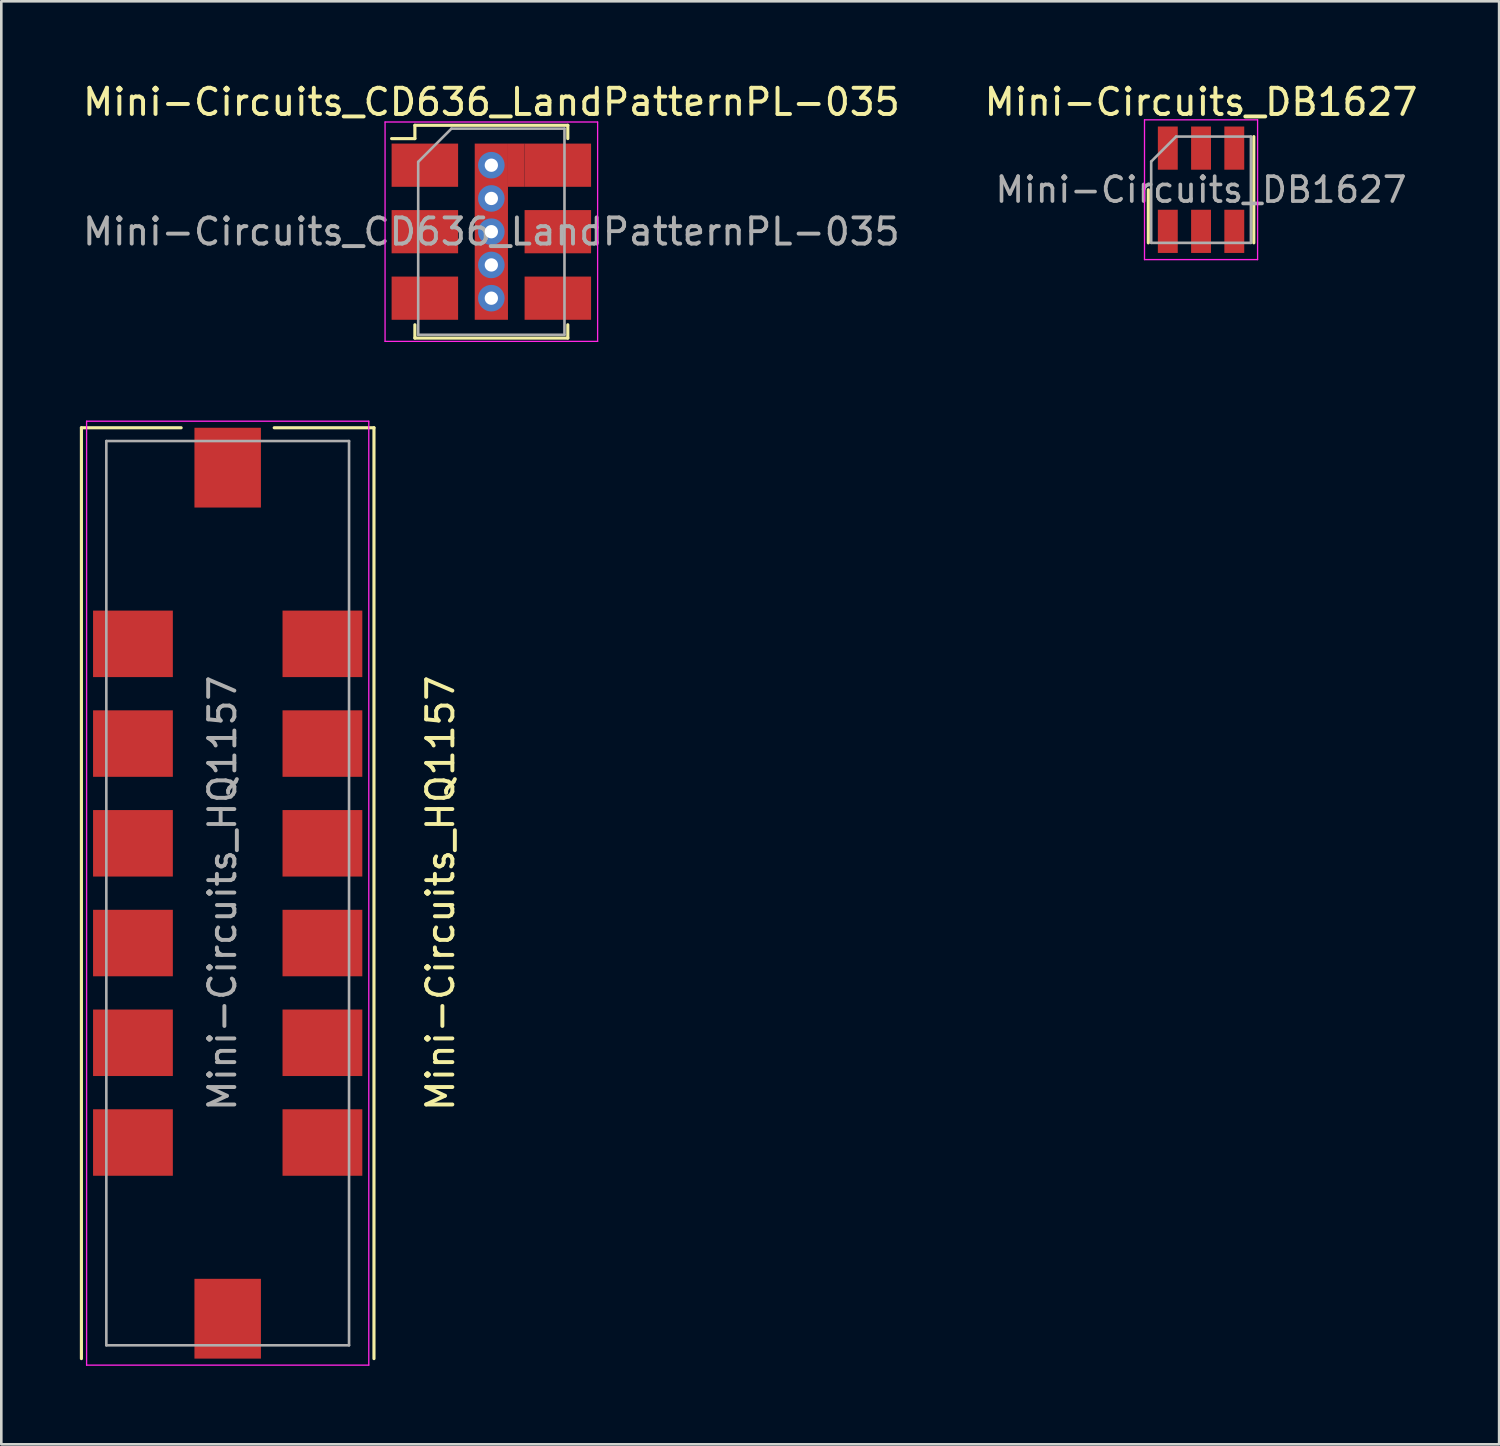
<source format=kicad_pcb>
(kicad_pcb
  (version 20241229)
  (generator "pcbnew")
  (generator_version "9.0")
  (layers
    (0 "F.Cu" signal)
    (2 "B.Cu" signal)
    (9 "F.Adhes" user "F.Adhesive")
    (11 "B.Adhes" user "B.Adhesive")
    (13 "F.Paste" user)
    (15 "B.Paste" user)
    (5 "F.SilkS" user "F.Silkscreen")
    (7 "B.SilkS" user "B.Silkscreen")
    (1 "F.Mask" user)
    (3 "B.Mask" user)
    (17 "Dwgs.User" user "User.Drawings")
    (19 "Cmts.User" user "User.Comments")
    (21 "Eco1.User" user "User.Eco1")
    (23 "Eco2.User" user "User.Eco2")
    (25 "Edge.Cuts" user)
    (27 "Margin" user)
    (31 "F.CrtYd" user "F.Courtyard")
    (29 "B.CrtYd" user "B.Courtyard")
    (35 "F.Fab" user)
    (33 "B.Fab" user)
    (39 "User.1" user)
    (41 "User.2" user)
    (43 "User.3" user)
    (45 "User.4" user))
  (footprint "Mini-Circuits_CD636_LandPatternPL-035"
    (layer "F.Cu")
    (at 15.72 5.801)
    (property "Reference" "Mini-Circuits_CD636_LandPatternPL-035" (at 0.004 -4.953 0) (layer "F.SilkS") (effects (font (size 1 1) (thickness 0.15))))
    (attr smd)
    (fp_line (start -2.921 -4.064) (end -2.921 -3.556) (stroke (width 0.12) (type solid)) (layer "F.SilkS"))
    (fp_line (start -2.921 -3.556) (end -3.81 -3.556) (stroke (width 0.12) (type solid)) (layer "F.SilkS"))
    (fp_line (start -2.921 3.556) (end -2.921 4.064) (stroke (width 0.12) (type solid)) (layer "F.SilkS"))
    (fp_line (start -2.921 4.064) (end 2.921 4.064) (stroke (width 0.12) (type solid)) (layer "F.SilkS"))
    (fp_line (start 2.921 -4.064) (end -2.921 -4.064) (stroke (width 0.12) (type solid)) (layer "F.SilkS"))
    (fp_line (start 2.921 -3.556) (end 2.921 -4.064) (stroke (width 0.12) (type solid)) (layer "F.SilkS"))
    (fp_line (start 2.921 4.064) (end 2.921 3.556) (stroke (width 0.12) (type solid)) (layer "F.SilkS"))
    (fp_line (start -4.06 -4.19) (end -4.06 4.19) (stroke (width 0.05) (type solid)) (layer "F.CrtYd"))
    (fp_line (start -4.06 -4.19) (end 4.06 -4.19) (stroke (width 0.05) (type solid)) (layer "F.CrtYd"))
    (fp_line (start 4.06 4.19) (end -4.06 4.19) (stroke (width 0.05) (type solid)) (layer "F.CrtYd"))
    (fp_line (start 4.06 4.19) (end 4.06 -4.19) (stroke (width 0.05) (type solid)) (layer "F.CrtYd"))
    (fp_line (start -2.794 -2.667) (end -2.794 3.937) (stroke (width 0.1) (type solid)) (layer "F.Fab"))
    (fp_line (start -2.794 3.937) (end 2.794 3.937) (stroke (width 0.1) (type solid)) (layer "F.Fab"))
    (fp_line (start -1.524 -3.937) (end -2.794 -2.667) (stroke (width 0.1) (type solid)) (layer "F.Fab"))
    (fp_line (start 2.794 -3.937) (end -1.524 -3.937) (stroke (width 0.1) (type solid)) (layer "F.Fab"))
    (fp_line (start 2.794 -3.937) (end 2.794 3.937) (stroke (width 0.1) (type solid)) (layer "F.Fab"))
    (fp_text user "${REFERENCE}" (at 0 0 0) (layer "F.Fab") (effects (font (size 1 1) (thickness 0.15))))
    (pad "1" smd rect (at -2.54 -2.54 270) (size 1.651 2.54) (layers "F.Cu" "F.Mask" "F.Paste"))
    (pad "2" smd rect (at -2.54 0 270) (size 1.651 2.54) (layers "F.Cu" "F.Mask" "F.Paste"))
    (pad "3" smd rect (at -2.54 2.54 270) (size 1.651 2.54) (layers "F.Cu" "F.Mask" "F.Paste"))
    (pad "4" smd rect (at 2.54 2.54 270) (size 1.651 2.54) (layers "F.Cu" "F.Mask" "F.Paste"))
    (pad "5" smd rect (at 2.54 0 270) (size 1.651 2.54) (layers "F.Cu" "F.Mask" "F.Paste"))
    (pad "6" thru_hole circle (at 0 -2.54 270) (size 1.016 1.016) (drill 0.508) (layers "*.Cu"))
    (pad "6" thru_hole circle (at 0 -1.27 270) (size 1.016 1.016) (drill 0.508) (layers "*.Cu"))
    (pad "6" thru_hole circle (at 0 0 270) (size 1.016 1.016) (drill 0.508) (layers "*.Cu"))
    (pad "6" smd rect (at 0 0 270) (size 6.731 1.27) (layers "F.Cu"))
    (pad "6" thru_hole circle (at 0 1.27 270) (size 1.016 1.016) (drill 0.508) (layers "*.Cu"))
    (pad "6" thru_hole circle (at 0 2.54 270) (size 1.016 1.016) (drill 0.508) (layers "*.Cu"))
    (pad "6" smd rect (at 0.953 -2.54 270) (size 1.651 0.635) (layers "F.Cu"))
    (pad "6" smd rect (at 2.54 -2.54 270) (size 1.651 2.54) (layers "F.Cu" "F.Mask" "F.Paste")))
  (footprint "Mini-Circuits_DB1627"
    (layer "F.Cu")
    (at 42.832 4.198)
    (property "Reference" "Mini-Circuits_DB1627" (at 0 -3.35 0) (layer "F.SilkS") (effects (font (size 1 1) (thickness 0.15))))
    (attr smd)
    (fp_line (start -2.015 0) (end -2.015 2.03) (stroke (width 0.12) (type solid)) (layer "F.SilkS"))
    (fp_line (start 2.015 -2.03) (end 2.015 2.03) (stroke (width 0.12) (type solid)) (layer "F.SilkS"))
    (fp_line (start -2.16 -2.67) (end -2.16 2.67) (stroke (width 0.05) (type solid)) (layer "F.CrtYd"))
    (fp_line (start -2.16 2.67) (end 2.16 2.67) (stroke (width 0.05) (type solid)) (layer "F.CrtYd"))
    (fp_line (start 2.16 -2.67) (end -2.16 -2.67) (stroke (width 0.05) (type solid)) (layer "F.CrtYd"))
    (fp_line (start 2.16 2.67) (end 2.16 -2.67) (stroke (width 0.05) (type solid)) (layer "F.CrtYd"))
    (fp_line (start -1.905 -1.077) (end -0.953 -2.03) (stroke (width 0.1) (type solid)) (layer "F.Fab"))
    (fp_line (start -1.905 2.03) (end -1.905 -1.077) (stroke (width 0.1) (type solid)) (layer "F.Fab"))
    (fp_line (start -0.953 -2.03) (end 1.905 -2.03) (stroke (width 0.1) (type solid)) (layer "F.Fab"))
    (fp_line (start 1.905 -2.03) (end 1.905 2.03) (stroke (width 0.1) (type solid)) (layer "F.Fab"))
    (fp_line (start 1.905 2.03) (end -1.905 2.03) (stroke (width 0.1) (type solid)) (layer "F.Fab"))
    (fp_text user "${REFERENCE}" (at 0 0 0) (layer "F.Fab") (effects (font (size 0.95 0.95) (thickness 0.14))))
    (pad "1" smd rect (at -1.27 -1.59) (size 0.76 1.65) (layers "F.Cu" "F.Mask" "F.Paste"))
    (pad "2" smd rect (at 0 -1.59) (size 0.76 1.65) (layers "F.Cu" "F.Mask" "F.Paste"))
    (pad "3" smd rect (at 1.27 -1.59) (size 0.76 1.65) (layers "F.Cu" "F.Mask" "F.Paste"))
    (pad "4" smd rect (at 1.27 1.59) (size 0.76 1.65) (layers "F.Cu" "F.Mask" "F.Paste"))
    (pad "5" smd rect (at 0 1.59) (size 0.76 1.65) (layers "F.Cu" "F.Mask" "F.Paste"))
    (pad "6" smd rect (at -1.27 1.59) (size 0.76 1.65) (layers "F.Cu" "F.Mask" "F.Paste")))
  (footprint "Mini-Circuits_HQ1157"
    (layer "F.Cu")
    (at 5.648 31.071)
    (property "Reference" "Mini-Circuits_HQ1157" (at 8.128 0 270) (layer "F.SilkS") (effects (font (size 1 1) (thickness 0.15))))
    (attr smd)
    (fp_line (start -5.588 -17.78) (end -5.588 17.78) (stroke (width 0.12) (type solid)) (layer "F.SilkS"))
    (fp_line (start -5.588 -17.78) (end -1.778 -17.78) (stroke (width 0.12) (type solid)) (layer "F.SilkS"))
    (fp_line (start 1.778 -17.78) (end 5.588 -17.78) (stroke (width 0.12) (type solid)) (layer "F.SilkS"))
    (fp_line (start 5.588 -17.78) (end 5.588 17.78) (stroke (width 0.12) (type solid)) (layer "F.SilkS"))
    (fp_line (start -5.39 18.03) (end -5.39 -18.03) (stroke (width 0.05) (type solid)) (layer "F.CrtYd"))
    (fp_line (start -5.39 18.03) (end 5.39 18.03) (stroke (width 0.05) (type solid)) (layer "F.CrtYd"))
    (fp_line (start 5.39 -18.03) (end -5.39 -18.03) (stroke (width 0.05) (type solid)) (layer "F.CrtYd"))
    (fp_line (start 5.39 -18.03) (end 5.39 18.03) (stroke (width 0.05) (type solid)) (layer "F.CrtYd"))
    (fp_line (start -4.636 -17.272) (end 4.636 -17.272) (stroke (width 0.1) (type solid)) (layer "F.Fab"))
    (fp_line (start -4.636 17.272) (end -4.636 -17.272) (stroke (width 0.1) (type solid)) (layer "F.Fab"))
    (fp_line (start 4.636 -17.272) (end 4.636 17.272) (stroke (width 0.1) (type solid)) (layer "F.Fab"))
    (fp_line (start 4.636 17.272) (end -4.636 17.272) (stroke (width 0.1) (type solid)) (layer "F.Fab"))
    (fp_text user "${REFERENCE}" (at -0.2 0 270) (layer "F.Fab") (effects (font (size 1 1) (thickness 0.15))))
    (pad "1" smd rect (at 0 -16.256 270) (size 3.048 2.54) (layers "F.Cu" "F.Mask" "F.Paste"))
    (pad "2" smd rect (at -3.619 -9.525 90) (size 2.54 3.048) (layers "F.Cu" "F.Mask" "F.Paste"))
    (pad "3" smd rect (at -3.619 -5.715 90) (size 2.54 3.048) (layers "F.Cu" "F.Mask" "F.Paste"))
    (pad "4" smd rect (at -3.619 -1.905 90) (size 2.54 3.048) (layers "F.Cu" "F.Mask" "F.Paste"))
    (pad "5" smd rect (at -3.619 1.905 90) (size 2.54 3.048) (layers "F.Cu" "F.Mask" "F.Paste"))
    (pad "6" smd rect (at -3.619 5.715 90) (size 2.54 3.048) (layers "F.Cu" "F.Mask" "F.Paste"))
    (pad "7" smd rect (at -3.619 9.525 90) (size 2.54 3.048) (layers "F.Cu" "F.Mask" "F.Paste"))
    (pad "8" smd rect (at 0 16.256 270) (size 3.048 2.54) (layers "F.Cu" "F.Mask" "F.Paste"))
    (pad "9" smd rect (at 3.619 9.525 270) (size 2.54 3.048) (layers "F.Cu" "F.Mask" "F.Paste"))
    (pad "10" smd rect (at 3.619 5.715 270) (size 2.54 3.048) (layers "F.Cu" "F.Mask" "F.Paste"))
    (pad "11" smd rect (at 3.619 1.905 270) (size 2.54 3.048) (layers "F.Cu" "F.Mask" "F.Paste"))
    (pad "12" smd rect (at 3.619 -1.905 270) (size 2.54 3.048) (layers "F.Cu" "F.Mask" "F.Paste"))
    (pad "13" smd rect (at 3.619 -5.715 270) (size 2.54 3.048) (layers "F.Cu" "F.Mask" "F.Paste"))
    (pad "14" smd rect (at 3.619 -9.525 270) (size 2.54 3.048) (layers "F.Cu" "F.Mask" "F.Paste")))
  (gr_rect
    (start -3 -3)
    (end 54.219 52.126)
    (stroke (width 0.1) (type default))
    (fill no)
    (layer "Edge.Cuts")))
</source>
